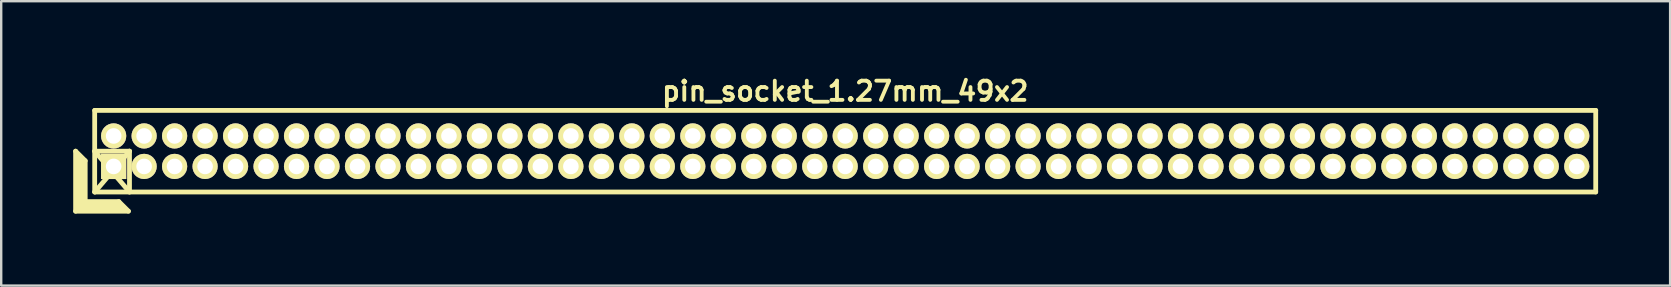
<source format=kicad_pcb>
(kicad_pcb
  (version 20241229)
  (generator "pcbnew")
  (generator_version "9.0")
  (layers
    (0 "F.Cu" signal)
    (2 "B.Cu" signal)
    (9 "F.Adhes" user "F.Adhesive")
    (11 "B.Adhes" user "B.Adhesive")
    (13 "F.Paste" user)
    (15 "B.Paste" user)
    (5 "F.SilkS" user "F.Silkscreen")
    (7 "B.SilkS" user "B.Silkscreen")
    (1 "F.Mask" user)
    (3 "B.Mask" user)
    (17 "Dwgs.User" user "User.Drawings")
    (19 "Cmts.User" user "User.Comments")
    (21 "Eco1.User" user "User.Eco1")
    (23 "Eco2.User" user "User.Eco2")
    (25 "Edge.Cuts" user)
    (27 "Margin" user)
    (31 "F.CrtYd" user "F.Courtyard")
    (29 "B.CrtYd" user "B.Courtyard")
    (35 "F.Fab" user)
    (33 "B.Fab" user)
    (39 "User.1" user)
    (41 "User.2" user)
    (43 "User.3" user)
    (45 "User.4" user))
  (footprint "pin_socket_1.27mm_49x2"
    (layer "F.Cu")
    (at 32.165 3.249)
    (property "Reference" "pin_socket_1.27mm_49x2" (at 0 -2.5 0) (layer "F.SilkS") (effects (font (size 0.8 0.8) (thickness 0.16))))
    (attr through_hole)
    (fp_line (start -32.065 0) (end -32.065 2.5) (stroke (width 0.2) (type solid)) (layer "F.SilkS"))
    (fp_line (start -32.065 0) (end -31.665 0.4) (stroke (width 0.2) (type solid)) (layer "F.SilkS"))
    (fp_line (start -32.065 2.5) (end -29.865 2.5) (stroke (width 0.2) (type solid)) (layer "F.SilkS"))
    (fp_line (start -31.965 2.4) (end -31.965 0.2) (stroke (width 0.2) (type solid)) (layer "F.SilkS"))
    (fp_line (start -31.965 2.4) (end -30.065 2.4) (stroke (width 0.2) (type solid)) (layer "F.SilkS"))
    (fp_line (start -31.865 2.3) (end -31.865 0.3) (stroke (width 0.2) (type solid)) (layer "F.SilkS"))
    (fp_line (start -31.865 2.3) (end -30.165 2.3) (stroke (width 0.2) (type solid)) (layer "F.SilkS"))
    (fp_line (start -31.765 2.2) (end -31.765 0.4) (stroke (width 0.2) (type solid)) (layer "F.SilkS"))
    (fp_line (start -31.765 2.2) (end -30.265 2.2) (stroke (width 0.2) (type solid)) (layer "F.SilkS"))
    (fp_line (start -31.665 2.1) (end -31.665 0.4) (stroke (width 0.2) (type solid)) (layer "F.SilkS"))
    (fp_line (start -31.665 2.1) (end -30.265 2.1) (stroke (width 0.2) (type solid)) (layer "F.SilkS"))
    (fp_line (start -31.27 -1.7) (end 31.27 -1.7) (stroke (width 0.2) (type solid)) (layer "F.SilkS"))
    (fp_line (start -31.27 0) (end -29.82 0) (stroke (width 0.2) (type solid)) (layer "F.SilkS"))
    (fp_line (start -31.27 0) (end -29.82 1.7) (stroke (width 0.2) (type solid)) (layer "F.SilkS"))
    (fp_line (start -31.27 1.7) (end -31.27 -1.7) (stroke (width 0.2) (type solid)) (layer "F.SilkS"))
    (fp_line (start -30.265 2.1) (end -29.865 2.5) (stroke (width 0.2) (type solid)) (layer "F.SilkS"))
    (fp_line (start -29.82 0) (end -31.265 1.7) (stroke (width 0.2) (type solid)) (layer "F.SilkS"))
    (fp_line (start -29.82 0) (end -29.82 1.7) (stroke (width 0.2) (type solid)) (layer "F.SilkS"))
    (fp_line (start 31.27 -1.7) (end 31.27 1.7) (stroke (width 0.2) (type solid)) (layer "F.SilkS"))
    (fp_line (start 31.27 1.7) (end -31.27 1.7) (stroke (width 0.2) (type solid)) (layer "F.SilkS"))
    (pad "1" thru_hole rect (at -30.48 0.635) (size 1.05 1.05) (drill 0.65) (layers "*.Cu" "*.Mask" "F.SilkS"))
    (pad "2" thru_hole oval (at -30.48 -0.635) (size 1.05 1.05) (drill 0.65) (layers "*.Cu" "*.Mask" "F.SilkS"))
    (pad "3" thru_hole oval (at -29.21 0.635) (size 1.05 1.05) (drill 0.65) (layers "*.Cu" "*.Mask" "F.SilkS"))
    (pad "4" thru_hole oval (at -29.21 -0.635) (size 1.05 1.05) (drill 0.65) (layers "*.Cu" "*.Mask" "F.SilkS"))
    (pad "5" thru_hole oval (at -27.94 0.635) (size 1.05 1.05) (drill 0.65) (layers "*.Cu" "*.Mask" "F.SilkS"))
    (pad "6" thru_hole oval (at -27.94 -0.635) (size 1.05 1.05) (drill 0.65) (layers "*.Cu" "*.Mask" "F.SilkS"))
    (pad "7" thru_hole oval (at -26.67 0.635) (size 1.05 1.05) (drill 0.65) (layers "*.Cu" "*.Mask" "F.SilkS"))
    (pad "8" thru_hole oval (at -26.67 -0.635) (size 1.05 1.05) (drill 0.65) (layers "*.Cu" "*.Mask" "F.SilkS"))
    (pad "9" thru_hole oval (at -25.4 0.635) (size 1.05 1.05) (drill 0.65) (layers "*.Cu" "*.Mask" "F.SilkS"))
    (pad "10" thru_hole oval (at -25.4 -0.635) (size 1.05 1.05) (drill 0.65) (layers "*.Cu" "*.Mask" "F.SilkS"))
    (pad "11" thru_hole oval (at -24.13 0.635) (size 1.05 1.05) (drill 0.65) (layers "*.Cu" "*.Mask" "F.SilkS"))
    (pad "12" thru_hole oval (at -24.13 -0.635) (size 1.05 1.05) (drill 0.65) (layers "*.Cu" "*.Mask" "F.SilkS"))
    (pad "13" thru_hole oval (at -22.86 0.635) (size 1.05 1.05) (drill 0.65) (layers "*.Cu" "*.Mask" "F.SilkS"))
    (pad "14" thru_hole oval (at -22.86 -0.635) (size 1.05 1.05) (drill 0.65) (layers "*.Cu" "*.Mask" "F.SilkS"))
    (pad "15" thru_hole oval (at -21.59 0.635) (size 1.05 1.05) (drill 0.65) (layers "*.Cu" "*.Mask" "F.SilkS"))
    (pad "16" thru_hole oval (at -21.59 -0.635) (size 1.05 1.05) (drill 0.65) (layers "*.Cu" "*.Mask" "F.SilkS"))
    (pad "17" thru_hole oval (at -20.32 0.635) (size 1.05 1.05) (drill 0.65) (layers "*.Cu" "*.Mask" "F.SilkS"))
    (pad "18" thru_hole oval (at -20.32 -0.635) (size 1.05 1.05) (drill 0.65) (layers "*.Cu" "*.Mask" "F.SilkS"))
    (pad "19" thru_hole oval (at -19.05 0.635) (size 1.05 1.05) (drill 0.65) (layers "*.Cu" "*.Mask" "F.SilkS"))
    (pad "20" thru_hole oval (at -19.05 -0.635) (size 1.05 1.05) (drill 0.65) (layers "*.Cu" "*.Mask" "F.SilkS"))
    (pad "21" thru_hole oval (at -17.78 0.635) (size 1.05 1.05) (drill 0.65) (layers "*.Cu" "*.Mask" "F.SilkS"))
    (pad "22" thru_hole oval (at -17.78 -0.635) (size 1.05 1.05) (drill 0.65) (layers "*.Cu" "*.Mask" "F.SilkS"))
    (pad "23" thru_hole oval (at -16.51 0.635) (size 1.05 1.05) (drill 0.65) (layers "*.Cu" "*.Mask" "F.SilkS"))
    (pad "24" thru_hole oval (at -16.51 -0.635) (size 1.05 1.05) (drill 0.65) (layers "*.Cu" "*.Mask" "F.SilkS"))
    (pad "25" thru_hole oval (at -15.24 0.635) (size 1.05 1.05) (drill 0.65) (layers "*.Cu" "*.Mask" "F.SilkS"))
    (pad "26" thru_hole oval (at -15.24 -0.635) (size 1.05 1.05) (drill 0.65) (layers "*.Cu" "*.Mask" "F.SilkS"))
    (pad "27" thru_hole oval (at -13.97 0.635) (size 1.05 1.05) (drill 0.65) (layers "*.Cu" "*.Mask" "F.SilkS"))
    (pad "28" thru_hole oval (at -13.97 -0.635) (size 1.05 1.05) (drill 0.65) (layers "*.Cu" "*.Mask" "F.SilkS"))
    (pad "29" thru_hole oval (at -12.7 0.635) (size 1.05 1.05) (drill 0.65) (layers "*.Cu" "*.Mask" "F.SilkS"))
    (pad "30" thru_hole oval (at -12.7 -0.635) (size 1.05 1.05) (drill 0.65) (layers "*.Cu" "*.Mask" "F.SilkS"))
    (pad "31" thru_hole oval (at -11.43 0.635) (size 1.05 1.05) (drill 0.65) (layers "*.Cu" "*.Mask" "F.SilkS"))
    (pad "32" thru_hole oval (at -11.43 -0.635) (size 1.05 1.05) (drill 0.65) (layers "*.Cu" "*.Mask" "F.SilkS"))
    (pad "33" thru_hole oval (at -10.16 0.635) (size 1.05 1.05) (drill 0.65) (layers "*.Cu" "*.Mask" "F.SilkS"))
    (pad "34" thru_hole oval (at -10.16 -0.635) (size 1.05 1.05) (drill 0.65) (layers "*.Cu" "*.Mask" "F.SilkS"))
    (pad "35" thru_hole oval (at -8.89 0.635) (size 1.05 1.05) (drill 0.65) (layers "*.Cu" "*.Mask" "F.SilkS"))
    (pad "36" thru_hole oval (at -8.89 -0.635) (size 1.05 1.05) (drill 0.65) (layers "*.Cu" "*.Mask" "F.SilkS"))
    (pad "37" thru_hole oval (at -7.62 0.635) (size 1.05 1.05) (drill 0.65) (layers "*.Cu" "*.Mask" "F.SilkS"))
    (pad "38" thru_hole oval (at -7.62 -0.635) (size 1.05 1.05) (drill 0.65) (layers "*.Cu" "*.Mask" "F.SilkS"))
    (pad "39" thru_hole oval (at -6.35 0.635) (size 1.05 1.05) (drill 0.65) (layers "*.Cu" "*.Mask" "F.SilkS"))
    (pad "40" thru_hole oval (at -6.35 -0.635) (size 1.05 1.05) (drill 0.65) (layers "*.Cu" "*.Mask" "F.SilkS"))
    (pad "41" thru_hole oval (at -5.08 0.635) (size 1.05 1.05) (drill 0.65) (layers "*.Cu" "*.Mask" "F.SilkS"))
    (pad "42" thru_hole oval (at -5.08 -0.635) (size 1.05 1.05) (drill 0.65) (layers "*.Cu" "*.Mask" "F.SilkS"))
    (pad "43" thru_hole oval (at -3.81 0.635) (size 1.05 1.05) (drill 0.65) (layers "*.Cu" "*.Mask" "F.SilkS"))
    (pad "44" thru_hole oval (at -3.81 -0.635) (size 1.05 1.05) (drill 0.65) (layers "*.Cu" "*.Mask" "F.SilkS"))
    (pad "45" thru_hole oval (at -2.54 0.635) (size 1.05 1.05) (drill 0.65) (layers "*.Cu" "*.Mask" "F.SilkS"))
    (pad "46" thru_hole oval (at -2.54 -0.635) (size 1.05 1.05) (drill 0.65) (layers "*.Cu" "*.Mask" "F.SilkS"))
    (pad "47" thru_hole oval (at -1.27 0.635) (size 1.05 1.05) (drill 0.65) (layers "*.Cu" "*.Mask" "F.SilkS"))
    (pad "48" thru_hole oval (at -1.27 -0.635) (size 1.05 1.05) (drill 0.65) (layers "*.Cu" "*.Mask" "F.SilkS"))
    (pad "49" thru_hole oval (at 0 0.635) (size 1.05 1.05) (drill 0.65) (layers "*.Cu" "*.Mask" "F.SilkS"))
    (pad "50" thru_hole oval (at 0 -0.635) (size 1.05 1.05) (drill 0.65) (layers "*.Cu" "*.Mask" "F.SilkS"))
    (pad "51" thru_hole circle (at 1.27 0.635) (size 1.05 1.05) (drill 0.65) (layers "*.Cu" "*.Mask" "F.SilkS"))
    (pad "52" thru_hole oval (at 1.27 -0.635) (size 1.05 1.05) (drill 0.65) (layers "*.Cu" "*.Mask" "F.SilkS"))
    (pad "53" thru_hole oval (at 2.54 0.635) (size 1.05 1.05) (drill 0.65) (layers "*.Cu" "*.Mask" "F.SilkS"))
    (pad "54" thru_hole oval (at 2.54 -0.635) (size 1.05 1.05) (drill 0.65) (layers "*.Cu" "*.Mask" "F.SilkS"))
    (pad "55" thru_hole oval (at 3.81 0.635) (size 1.05 1.05) (drill 0.65) (layers "*.Cu" "*.Mask" "F.SilkS"))
    (pad "56" thru_hole oval (at 3.81 -0.635) (size 1.05 1.05) (drill 0.65) (layers "*.Cu" "*.Mask" "F.SilkS"))
    (pad "57" thru_hole oval (at 5.08 0.635) (size 1.05 1.05) (drill 0.65) (layers "*.Cu" "*.Mask" "F.SilkS"))
    (pad "58" thru_hole oval (at 5.08 -0.635) (size 1.05 1.05) (drill 0.65) (layers "*.Cu" "*.Mask" "F.SilkS"))
    (pad "59" thru_hole oval (at 6.35 0.635) (size 1.05 1.05) (drill 0.65) (layers "*.Cu" "*.Mask" "F.SilkS"))
    (pad "60" thru_hole oval (at 6.35 -0.635) (size 1.05 1.05) (drill 0.65) (layers "*.Cu" "*.Mask" "F.SilkS"))
    (pad "61" thru_hole oval (at 7.62 0.635) (size 1.05 1.05) (drill 0.65) (layers "*.Cu" "*.Mask" "F.SilkS"))
    (pad "62" thru_hole oval (at 7.62 -0.635) (size 1.05 1.05) (drill 0.65) (layers "*.Cu" "*.Mask" "F.SilkS"))
    (pad "63" thru_hole oval (at 8.89 0.635) (size 1.05 1.05) (drill 0.65) (layers "*.Cu" "*.Mask" "F.SilkS"))
    (pad "64" thru_hole oval (at 8.89 -0.635) (size 1.05 1.05) (drill 0.65) (layers "*.Cu" "*.Mask" "F.SilkS"))
    (pad "65" thru_hole oval (at 10.16 0.635) (size 1.05 1.05) (drill 0.65) (layers "*.Cu" "*.Mask" "F.SilkS"))
    (pad "66" thru_hole oval (at 10.16 -0.635) (size 1.05 1.05) (drill 0.65) (layers "*.Cu" "*.Mask" "F.SilkS"))
    (pad "67" thru_hole oval (at 11.43 0.635) (size 1.05 1.05) (drill 0.65) (layers "*.Cu" "*.Mask" "F.SilkS"))
    (pad "68" thru_hole oval (at 11.43 -0.635) (size 1.05 1.05) (drill 0.65) (layers "*.Cu" "*.Mask" "F.SilkS"))
    (pad "69" thru_hole oval (at 12.7 0.635) (size 1.05 1.05) (drill 0.65) (layers "*.Cu" "*.Mask" "F.SilkS"))
    (pad "70" thru_hole oval (at 12.7 -0.635) (size 1.05 1.05) (drill 0.65) (layers "*.Cu" "*.Mask" "F.SilkS"))
    (pad "71" thru_hole oval (at 13.97 0.635) (size 1.05 1.05) (drill 0.65) (layers "*.Cu" "*.Mask" "F.SilkS"))
    (pad "72" thru_hole oval (at 13.97 -0.635) (size 1.05 1.05) (drill 0.65) (layers "*.Cu" "*.Mask" "F.SilkS"))
    (pad "73" thru_hole oval (at 15.24 0.635) (size 1.05 1.05) (drill 0.65) (layers "*.Cu" "*.Mask" "F.SilkS"))
    (pad "74" thru_hole oval (at 15.24 -0.635) (size 1.05 1.05) (drill 0.65) (layers "*.Cu" "*.Mask" "F.SilkS"))
    (pad "75" thru_hole oval (at 16.51 0.635) (size 1.05 1.05) (drill 0.65) (layers "*.Cu" "*.Mask" "F.SilkS"))
    (pad "76" thru_hole oval (at 16.51 -0.635) (size 1.05 1.05) (drill 0.65) (layers "*.Cu" "*.Mask" "F.SilkS"))
    (pad "77" thru_hole oval (at 17.78 0.635) (size 1.05 1.05) (drill 0.65) (layers "*.Cu" "*.Mask" "F.SilkS"))
    (pad "78" thru_hole oval (at 17.78 -0.635) (size 1.05 1.05) (drill 0.65) (layers "*.Cu" "*.Mask" "F.SilkS"))
    (pad "79" thru_hole oval (at 19.05 0.635) (size 1.05 1.05) (drill 0.65) (layers "*.Cu" "*.Mask" "F.SilkS"))
    (pad "80" thru_hole oval (at 19.05 -0.635) (size 1.05 1.05) (drill 0.65) (layers "*.Cu" "*.Mask" "F.SilkS"))
    (pad "81" thru_hole oval (at 20.32 0.635) (size 1.05 1.05) (drill 0.65) (layers "*.Cu" "*.Mask" "F.SilkS"))
    (pad "82" thru_hole oval (at 20.32 -0.635) (size 1.05 1.05) (drill 0.65) (layers "*.Cu" "*.Mask" "F.SilkS"))
    (pad "83" thru_hole oval (at 21.59 0.635) (size 1.05 1.05) (drill 0.65) (layers "*.Cu" "*.Mask" "F.SilkS"))
    (pad "84" thru_hole oval (at 21.59 -0.635) (size 1.05 1.05) (drill 0.65) (layers "*.Cu" "*.Mask" "F.SilkS"))
    (pad "85" thru_hole oval (at 22.86 0.635) (size 1.05 1.05) (drill 0.65) (layers "*.Cu" "*.Mask" "F.SilkS"))
    (pad "86" thru_hole oval (at 22.86 -0.635) (size 1.05 1.05) (drill 0.65) (layers "*.Cu" "*.Mask" "F.SilkS"))
    (pad "87" thru_hole oval (at 24.13 0.635) (size 1.05 1.05) (drill 0.65) (layers "*.Cu" "*.Mask" "F.SilkS"))
    (pad "88" thru_hole oval (at 24.13 -0.635) (size 1.05 1.05) (drill 0.65) (layers "*.Cu" "*.Mask" "F.SilkS"))
    (pad "89" thru_hole oval (at 25.4 0.635) (size 1.05 1.05) (drill 0.65) (layers "*.Cu" "*.Mask" "F.SilkS"))
    (pad "90" thru_hole oval (at 25.4 -0.635) (size 1.05 1.05) (drill 0.65) (layers "*.Cu" "*.Mask" "F.SilkS"))
    (pad "91" thru_hole oval (at 26.67 0.635) (size 1.05 1.05) (drill 0.65) (layers "*.Cu" "*.Mask" "F.SilkS"))
    (pad "92" thru_hole oval (at 26.67 -0.635) (size 1.05 1.05) (drill 0.65) (layers "*.Cu" "*.Mask" "F.SilkS"))
    (pad "93" thru_hole oval (at 27.94 0.635) (size 1.05 1.05) (drill 0.65) (layers "*.Cu" "*.Mask" "F.SilkS"))
    (pad "94" thru_hole oval (at 27.94 -0.635) (size 1.05 1.05) (drill 0.65) (layers "*.Cu" "*.Mask" "F.SilkS"))
    (pad "95" thru_hole oval (at 29.21 0.635) (size 1.05 1.05) (drill 0.65) (layers "*.Cu" "*.Mask" "F.SilkS"))
    (pad "96" thru_hole oval (at 29.21 -0.635) (size 1.05 1.05) (drill 0.65) (layers "*.Cu" "*.Mask" "F.SilkS"))
    (pad "97" thru_hole oval (at 30.48 0.635) (size 1.05 1.05) (drill 0.65) (layers "*.Cu" "*.Mask" "F.SilkS"))
    (pad "98" thru_hole oval (at 30.48 -0.635) (size 1.05 1.05) (drill 0.65) (layers "*.Cu" "*.Mask" "F.SilkS")))
  (gr_rect
    (start -3 -3)
    (end 66.535 8.849)
    (stroke (width 0.1) (type default))
    (fill no)
    (layer "Edge.Cuts")))
</source>
